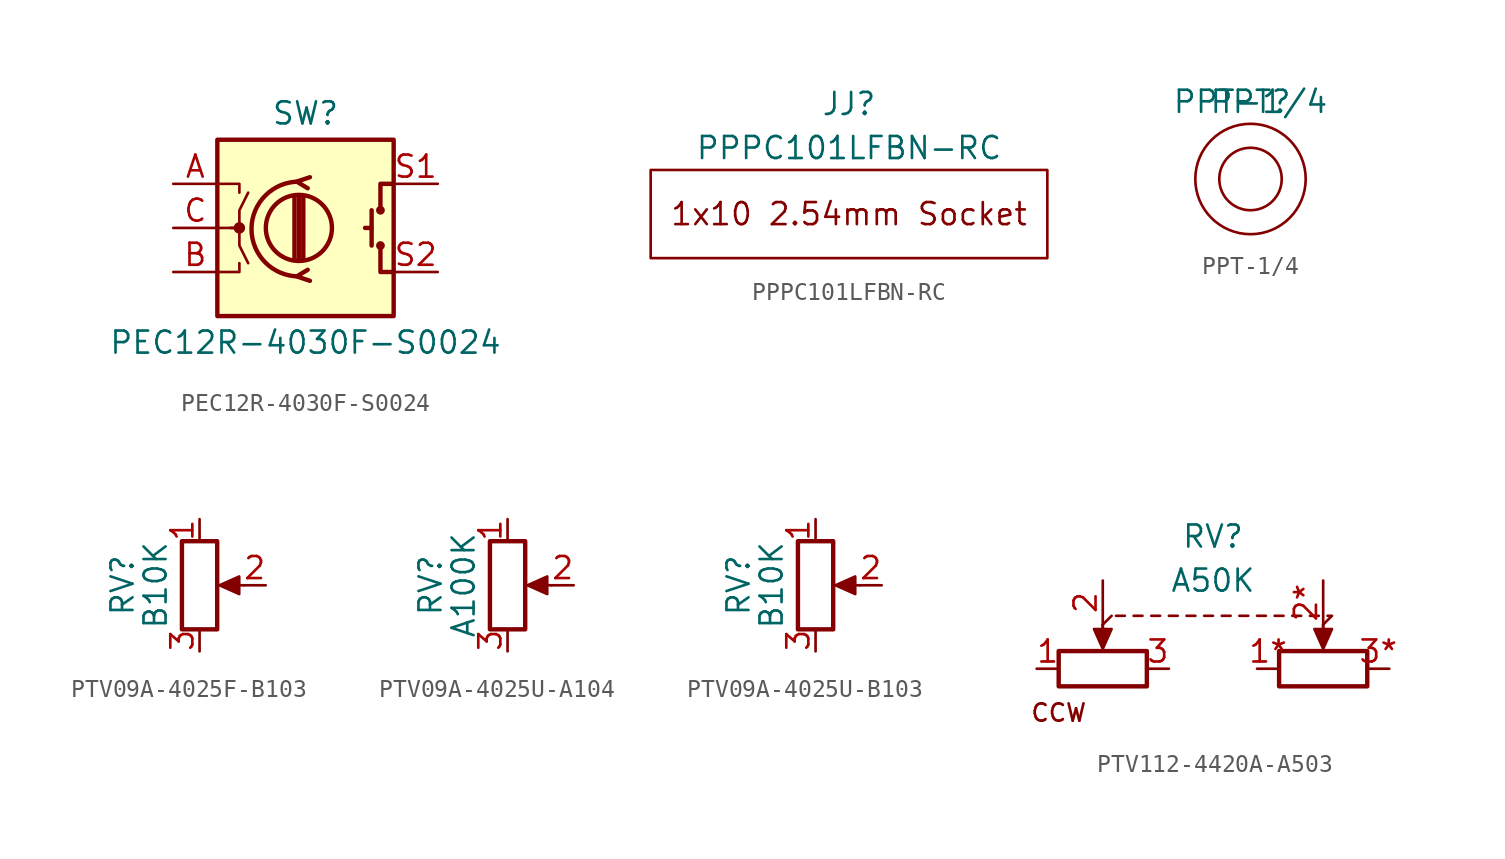
<source format=kicad_sym>
(kicad_symbol_lib
  (version 20220914)
  (generator kicad_symbol_editor)
  (symbol "PEC12R-4030F-S0024"
    (pin_names
      (offset 0.254) hide)
    (property "Reference" "SW"
      (at 0 6.604 0)
      (effects (font (size 1.27 1.27))))
    (property "Value" "PEC12R-4030F-S0024"
      (at 0 -6.604 0)
      (effects (font (size 1.27 1.27))))
    (symbol "PEC12R-4030F-S0024_0_1"
      (rectangle (start -5.08 5.08) (end 5.08 -5.08) (stroke (width 0.254) (type default)) (fill (type background)))
      (circle (center -3.81 0) (radius 0.254) (stroke (width 0) (type default)) (fill (type outline)))
      (circle (center -0.381 0) (radius 1.905) (stroke (width 0.254) (type default)) (fill (type none)))
      (arc (start -0.381 2.667) (mid -3.0988 -0.0635) (end -0.381 -2.794) (stroke (width 0.254) (type default)) (fill (type none)))
      (polyline (pts (xy -0.635 -1.778) (xy -0.635 1.778)) (stroke (width 0.254) (type default)) (fill (type none)))
      (polyline (pts (xy -0.381 -1.778) (xy -0.381 1.778)) (stroke (width 0.254) (type default)) (fill (type none)))
      (polyline (pts (xy -0.127 1.778) (xy -0.127 -1.778)) (stroke (width 0.254) (type default)) (fill (type none)))
      (polyline (pts (xy 3.81 0) (xy 3.429 0)) (stroke (width 0.254) (type default)) (fill (type none)))
      (polyline (pts (xy 3.81 1.016) (xy 3.81 -1.016)) (stroke (width 0.254) (type default)) (fill (type none)))
      (polyline (pts (xy -5.08 -2.54) (xy -3.81 -2.54) (xy -3.81 -2.032)) (stroke (width 0) (type default)) (fill (type none)))
      (polyline (pts (xy -5.08 2.54) (xy -3.81 2.54) (xy -3.81 2.032)) (stroke (width 0) (type default)) (fill (type none)))
      (polyline (pts (xy 0.254 -3.048) (xy -0.508 -2.794) (xy 0.127 -2.413)) (stroke (width 0.254) (type default)) (fill (type none)))
      (polyline (pts (xy 0.254 2.921) (xy -0.508 2.667) (xy 0.127 2.286)) (stroke (width 0.254) (type default)) (fill (type none)))
      (polyline (pts (xy 5.08 -2.54) (xy 4.318 -2.54) (xy 4.318 -1.016)) (stroke (width 0.254) (type default)) (fill (type none)))
      (polyline (pts (xy 5.08 2.54) (xy 4.318 2.54) (xy 4.318 1.016)) (stroke (width 0.254) (type default)) (fill (type none)))
      (polyline (pts (xy -5.08 0) (xy -3.81 0) (xy -3.81 -1.016) (xy -3.302 -2.032)) (stroke (width 0) (type default)) (fill (type none)))
      (polyline (pts (xy -4.318 0) (xy -3.81 0) (xy -3.81 1.016) (xy -3.302 2.032)) (stroke (width 0) (type default)) (fill (type none)))
      (circle (center 4.318 -1.016) (radius 0.127) (stroke (width 0.254) (type default)) (fill (type none)))
      (circle (center 4.318 1.016) (radius 0.127) (stroke (width 0.254) (type default)) (fill (type none))))
    (symbol "PEC12R-4030F-S0024_1_1"
      (pin passive line (at -7.62 2.54 0) (length 2.54) (name "A" (effects (font (size 1.27 1.27)))) (number "A" (effects (font (size 1.27 1.27)))))
      (pin passive line (at -7.62 -2.54 0) (length 2.54) (name "B" (effects (font (size 1.27 1.27)))) (number "B" (effects (font (size 1.27 1.27)))))
      (pin passive line (at -7.62 0 0) (length 2.54) (name "C" (effects (font (size 1.27 1.27)))) (number "C" (effects (font (size 1.27 1.27)))))
      (pin passive line (at 7.62 2.54 180) (length 2.54) (name "S1" (effects (font (size 1.27 1.27)))) (number "S1" (effects (font (size 1.27 1.27)))))
      (pin passive line (at 7.62 -2.54 180) (length 2.54) (name "S2" (effects (font (size 1.27 1.27)))) (number "S2" (effects (font (size 1.27 1.27)))))))
  (symbol "PPPC101LFBN-RC"
    (pin_numbers hide)
    (pin_names
      (offset 0) hide)
    (property "Reference" "JJ"
      (at 0 6.35 0)
      (effects (font (size 1.27 1.27))))
    (property "Value" "PPPC101LFBN-RC"
      (at 0 3.81 0)
      (effects (font (size 1.27 1.27))))
    (symbol "PPPC101LFBN-RC_0_1"
      (rectangle (start -11.43 2.54) (end 11.43 -2.54) (stroke (width 0) (type default)) (fill (type none))))
    (symbol "PPPC101LFBN-RC_1_1"
      (text "1x10 2.54mm Socket" (at 0 0 0) (effects (font (size 1.27 1.27))))))
  (symbol "PPT-1/4"
    (property "Reference" "PPT"
      (at 0 0 0)
      (effects (font (size 1.27 1.27))))
    (property "Value" "PPT-1/4"
      (at 0 0 0)
      (effects (font (size 1.27 1.27))))
    (symbol "PPT-1/4_0_1"
      (circle (center 0 -4.445) (radius 1.796) (stroke (width 0) (type default)) (fill (type none)))
      (circle (center 0 -4.445) (radius 3.175) (stroke (width 0) (type default)) (fill (type none)))))
  (symbol "PTV09A-4025F-B103"
    (pin_names
      (offset 1.016) hide)
    (property "Reference" "RV"
      (at -4.445 0 90)
      (effects (font (size 1.27 1.27))))
    (property "Value" "B10K"
      (at -2.54 0 90)
      (effects (font (size 1.27 1.27))))
    (symbol "PTV09A-4025F-B103_0_1"
      (polyline (pts (xy 2.54 0) (xy 1.524 0)) (stroke (width 0) (type default)) (fill (type none)))
      (polyline (pts (xy 1.143 0) (xy 2.286 0.508) (xy 2.286 -0.508) (xy 1.143 0)) (stroke (width 0) (type default)) (fill (type outline)))
      (rectangle (start 1.016 2.54) (end -1.016 -2.54) (stroke (width 0.254) (type default)) (fill (type none))))
    (symbol "PTV09A-4025F-B103_1_1"
      (pin passive line (at 0 3.81 270) (length 1.27) (name "1" (effects (font (size 1.27 1.27)))) (number "1" (effects (font (size 1.27 1.27)))))
      (pin passive line (at 3.81 0 180) (length 1.27) (name "2" (effects (font (size 1.27 1.27)))) (number "2" (effects (font (size 1.27 1.27)))))
      (pin passive line (at 0 -3.81 90) (length 1.27) (name "3" (effects (font (size 1.27 1.27)))) (number "3" (effects (font (size 1.27 1.27)))))))
  (symbol "PTV09A-4025U-A104"
    (pin_names
      (offset 1.016) hide)
    (property "Reference" "RV"
      (at -4.445 0 90)
      (effects (font (size 1.27 1.27))))
    (property "Value" "A100K"
      (at -2.54 0 90)
      (effects (font (size 1.27 1.27))))
    (symbol "PTV09A-4025U-A104_0_1"
      (polyline (pts (xy 2.54 0) (xy 1.524 0)) (stroke (width 0) (type default)) (fill (type none)))
      (polyline (pts (xy 1.143 0) (xy 2.286 0.508) (xy 2.286 -0.508) (xy 1.143 0)) (stroke (width 0) (type default)) (fill (type outline)))
      (rectangle (start 1.016 2.54) (end -1.016 -2.54) (stroke (width 0.254) (type default)) (fill (type none))))
    (symbol "PTV09A-4025U-A104_1_1"
      (pin passive line (at 0 3.81 270) (length 1.27) (name "1" (effects (font (size 1.27 1.27)))) (number "1" (effects (font (size 1.27 1.27)))))
      (pin passive line (at 3.81 0 180) (length 1.27) (name "2" (effects (font (size 1.27 1.27)))) (number "2" (effects (font (size 1.27 1.27)))))
      (pin passive line (at 0 -3.81 90) (length 1.27) (name "3" (effects (font (size 1.27 1.27)))) (number "3" (effects (font (size 1.27 1.27)))))))
  (symbol "PTV09A-4025U-B103"
    (pin_names
      (offset 1.016) hide)
    (property "Reference" "RV"
      (at -4.445 0 90)
      (effects (font (size 1.27 1.27))))
    (property "Value" "B10K"
      (at -2.54 0 90)
      (effects (font (size 1.27 1.27))))
    (symbol "PTV09A-4025U-B103_0_1"
      (polyline (pts (xy 2.54 0) (xy 1.524 0)) (stroke (width 0) (type default)) (fill (type none)))
      (polyline (pts (xy 1.143 0) (xy 2.286 0.508) (xy 2.286 -0.508) (xy 1.143 0)) (stroke (width 0) (type default)) (fill (type outline)))
      (rectangle (start 1.016 2.54) (end -1.016 -2.54) (stroke (width 0.254) (type default)) (fill (type none))))
    (symbol "PTV09A-4025U-B103_1_1"
      (pin passive line (at 0 3.81 270) (length 1.27) (name "1" (effects (font (size 1.27 1.27)))) (number "1" (effects (font (size 1.27 1.27)))))
      (pin passive line (at 3.81 0 180) (length 1.27) (name "2" (effects (font (size 1.27 1.27)))) (number "2" (effects (font (size 1.27 1.27)))))
      (pin passive line (at 0 -3.81 90) (length 1.27) (name "3" (effects (font (size 1.27 1.27)))) (number "3" (effects (font (size 1.27 1.27)))))))
  (symbol "PTV112-4420A-A503"
    (pin_names
      (offset 1.016) hide)
    (property "Reference" "RV"
      (at 0 6.35 0)
      (effects (font (size 1.27 1.27))))
    (property "Value" "A50K"
      (at 0 3.81 0)
      (effects (font (size 1.27 1.27))))
    (symbol "PTV112-4420A-A503_0_1"
      (rectangle (start -8.89 -0.254) (end -3.81 -2.286) (stroke (width 0.254) (type default)) (fill (type none)))
      (polyline (pts (xy -6.35 1.27) (xy -6.35 0.254)) (stroke (width 0) (type default)) (fill (type none)))
      (polyline (pts (xy -6.35 1.27) (xy -6.35 0.254)) (stroke (width 0) (type default)) (fill (type none)))
      (polyline (pts (xy -6.35 1.27) (xy -5.842 1.778)) (stroke (width 0) (type default)) (fill (type none)))
      (polyline (pts (xy -5.588 1.778) (xy -5.08 1.778)) (stroke (width 0) (type default)) (fill (type none)))
      (polyline (pts (xy -4.572 1.778) (xy -4.064 1.778)) (stroke (width 0) (type default)) (fill (type none)))
      (polyline (pts (xy -3.556 1.778) (xy -3.048 1.778)) (stroke (width 0) (type default)) (fill (type none)))
      (polyline (pts (xy -2.54 1.778) (xy -2.032 1.778)) (stroke (width 0) (type default)) (fill (type none)))
      (polyline (pts (xy -1.524 1.778) (xy -1.016 1.778)) (stroke (width 0) (type default)) (fill (type none)))
      (polyline (pts (xy -0.508 1.778) (xy 0 1.778)) (stroke (width 0) (type default)) (fill (type none)))
      (polyline (pts (xy 0.508 1.778) (xy 1.016 1.778)) (stroke (width 0) (type default)) (fill (type none)))
      (polyline (pts (xy 1.524 1.778) (xy 2.032 1.778)) (stroke (width 0) (type default)) (fill (type none)))
      (polyline (pts (xy 2.54 1.778) (xy 3.048 1.778)) (stroke (width 0) (type default)) (fill (type none)))
      (polyline (pts (xy 3.556 1.778) (xy 4.064 1.778)) (stroke (width 0) (type default)) (fill (type none)))
      (polyline (pts (xy 4.572 1.778) (xy 5.08 1.778)) (stroke (width 0) (type default)) (fill (type none)))
      (polyline (pts (xy 5.588 1.778) (xy 6.096 1.778)) (stroke (width 0) (type default)) (fill (type none)))
      (polyline (pts (xy 6.35 1.27) (xy 6.35 0.254)) (stroke (width 0) (type default)) (fill (type none)))
      (polyline (pts (xy 6.35 1.27) (xy 6.35 0.254)) (stroke (width 0) (type default)) (fill (type none)))
      (polyline (pts (xy 6.604 1.778) (xy 6.858 1.778) (xy 6.35 1.27)) (stroke (width 0) (type default)) (fill (type none)))
      (polyline (pts (xy -6.35 -0.127) (xy -6.858 1.016) (xy -5.842 1.016) (xy -6.35 -0.127)) (stroke (width 0) (type default)) (fill (type outline)))
      (polyline (pts (xy 6.35 -0.127) (xy 5.842 1.016) (xy 6.858 1.016) (xy 6.35 -0.127)) (stroke (width 0) (type default)) (fill (type outline)))
      (rectangle (start 3.81 -0.254) (end 8.89 -2.286) (stroke (width 0.254) (type default)) (fill (type none))))
    (symbol "PTV112-4420A-A503_1_1"
      (text "CCW" (at -8.89 -3.81 0) (effects (font (size 1 1))))
      (pin passive line (at -10.16 -1.27 0) (length 1.27) (name "1" (effects (font (size 1.27 1.27)))) (number "1" (effects (font (size 1.27 1.27)))))
      (pin passive line (at 2.54 -1.27 0) (length 1.27) (name "1*" (effects (font (size 1.27 1.27)))) (number "1*" (effects (font (size 1.27 1.27)))))
      (pin passive line (at -6.35 3.81 270) (length 2.54) (name "2" (effects (font (size 1.27 1.27)))) (number "2" (effects (font (size 1.27 1.27)))))
      (pin passive line (at 6.35 3.81 270) (length 2.54) (name "2*" (effects (font (size 1.27 1.27)))) (number "2*" (effects (font (size 1.27 1.27)))))
      (pin passive line (at -2.54 -1.27 180) (length 1.27) (name "3" (effects (font (size 1.27 1.27)))) (number "3" (effects (font (size 1.27 1.27)))))
      (pin passive line (at 10.16 -1.27 180) (length 1.27) (name "3*" (effects (font (size 1.27 1.27)))) (number "3*" (effects (font (size 1.27 1.27))))))))
</source>
